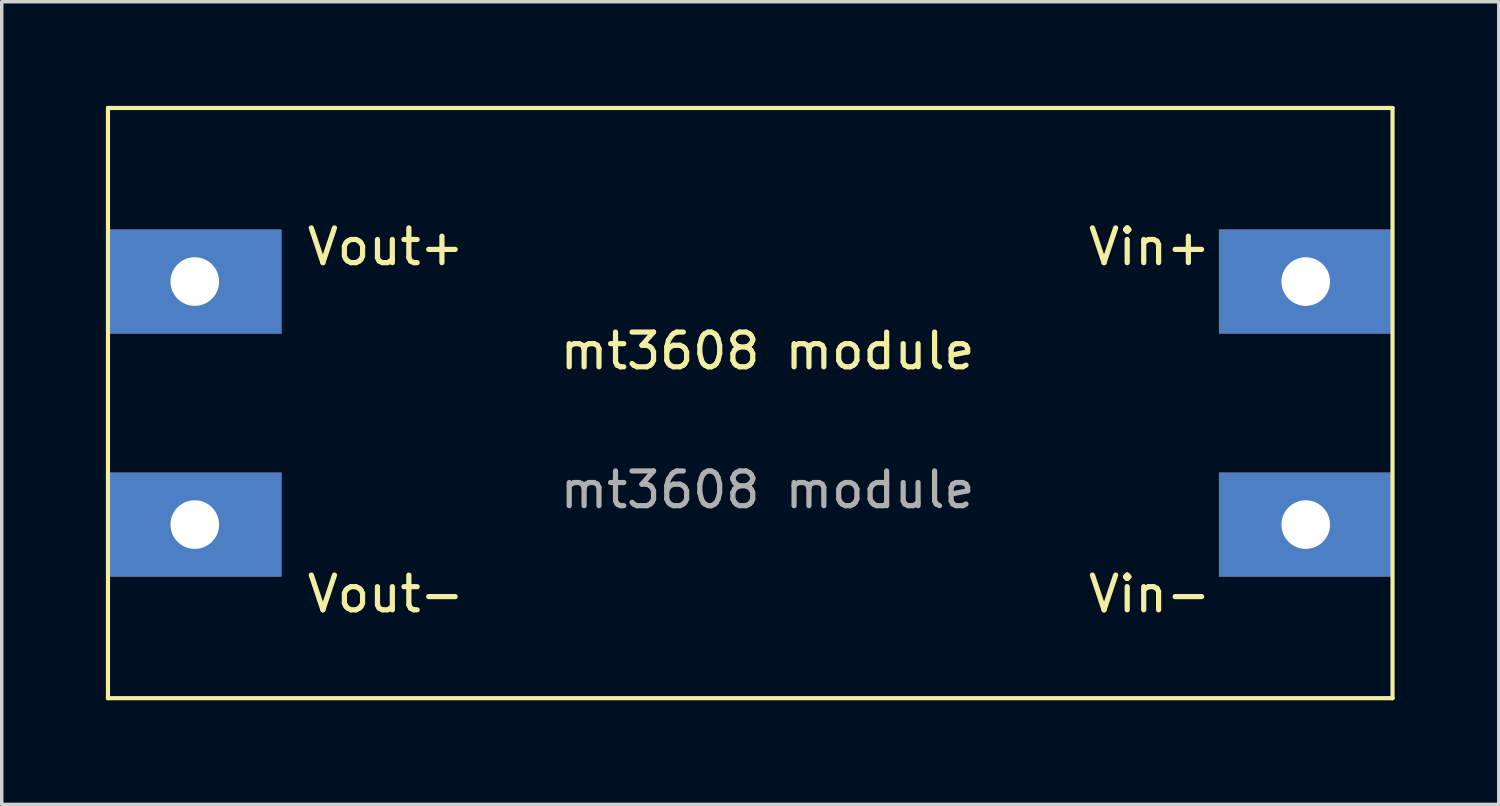
<source format=kicad_pcb>
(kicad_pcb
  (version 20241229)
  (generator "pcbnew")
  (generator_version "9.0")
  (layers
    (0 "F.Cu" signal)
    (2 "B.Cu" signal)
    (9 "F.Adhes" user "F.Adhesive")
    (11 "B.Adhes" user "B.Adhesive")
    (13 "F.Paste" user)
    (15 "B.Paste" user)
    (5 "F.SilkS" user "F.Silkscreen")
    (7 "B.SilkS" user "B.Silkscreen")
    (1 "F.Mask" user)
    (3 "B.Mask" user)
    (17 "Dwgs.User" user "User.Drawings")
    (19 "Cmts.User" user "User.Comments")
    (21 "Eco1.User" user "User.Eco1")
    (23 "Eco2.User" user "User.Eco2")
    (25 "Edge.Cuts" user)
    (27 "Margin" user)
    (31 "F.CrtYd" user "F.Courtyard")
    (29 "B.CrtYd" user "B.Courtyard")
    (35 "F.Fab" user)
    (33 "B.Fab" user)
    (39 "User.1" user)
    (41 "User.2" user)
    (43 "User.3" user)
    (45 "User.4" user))
  (footprint "mt3608 module"
    (layer "F.Cu")
    (at 18.56 8.56)
    (property "Reference" "mt3608 module" (at 0.5 -1.5 0) (unlocked yes) (layer "F.SilkS") (effects (font (size 1 1) (thickness 0.15))))
    (fp_line (start -18.5 -8.5) (end -18.5 8.5) (stroke (width 0.12) (type solid)) (layer "F.SilkS"))
    (fp_line (start -18.5 -8.5) (end 18.5 -8.5) (stroke (width 0.12) (type solid)) (layer "F.SilkS"))
    (fp_line (start -18.5 8.5) (end 18.5 8.5) (stroke (width 0.12) (type solid)) (layer "F.SilkS"))
    (fp_line (start 18.5 -8.5) (end 18.5 8.5) (stroke (width 0.12) (type solid)) (layer "F.SilkS"))
    (fp_text user "Vout-" (at -10.5 5.5 0) (unlocked yes) (layer "F.SilkS") (effects (font (size 1 1) (thickness 0.15))))
    (fp_text user "Vin-" (at 11.5 5.5 0) (unlocked yes) (layer "F.SilkS") (effects (font (size 1 1) (thickness 0.15))))
    (fp_text user "Vin+" (at 11.5 -4.5 0) (unlocked yes) (layer "F.SilkS") (effects (font (size 1 1) (thickness 0.15))))
    (fp_text user "Vout+" (at -10.5 -4.5 0) (unlocked yes) (layer "F.SilkS") (effects (font (size 1 1) (thickness 0.15))))
    (fp_text user "${REFERENCE}" (at 0.5 2.5 0) (unlocked yes) (layer "F.Fab") (effects (font (size 1 1) (thickness 0.15))))
    (pad "1" thru_hole rect (at 16 -3.5) (size 5 3) (drill 1.4) (layers "*.Cu" "*.Mask"))
    (pad "2" thru_hole rect (at 16 3.5) (size 5 3) (drill 1.4) (layers "*.Cu" "*.Mask"))
    (pad "3" thru_hole rect (at -16 -3.5) (size 5 3) (drill 1.4) (layers "*.Cu" "*.Mask"))
    (pad "4" thru_hole rect (at -16 3.5) (size 5 3) (drill 1.4) (layers "*.Cu" "*.Mask")))
  (gr_rect
    (start -3 -3)
    (end 40.12 20.12)
    (stroke (width 0.1) (type default))
    (fill no)
    (layer "Edge.Cuts")))
</source>
